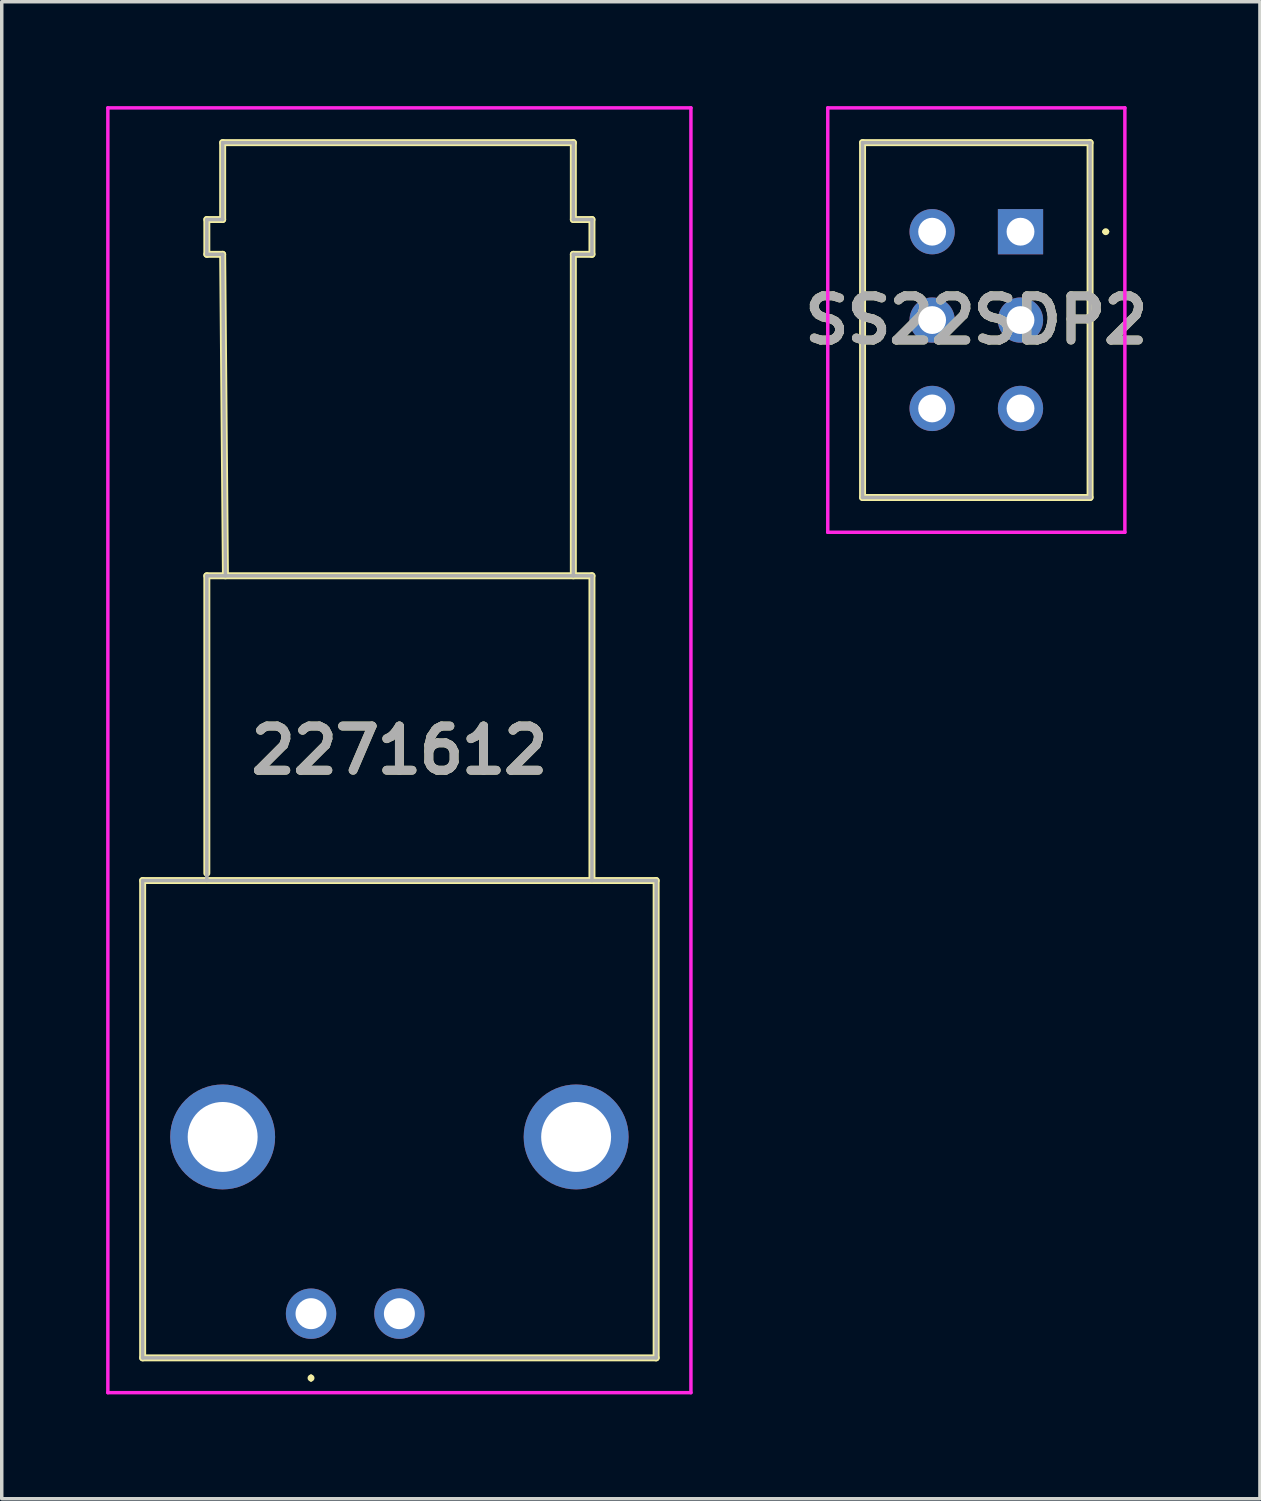
<source format=kicad_pcb>
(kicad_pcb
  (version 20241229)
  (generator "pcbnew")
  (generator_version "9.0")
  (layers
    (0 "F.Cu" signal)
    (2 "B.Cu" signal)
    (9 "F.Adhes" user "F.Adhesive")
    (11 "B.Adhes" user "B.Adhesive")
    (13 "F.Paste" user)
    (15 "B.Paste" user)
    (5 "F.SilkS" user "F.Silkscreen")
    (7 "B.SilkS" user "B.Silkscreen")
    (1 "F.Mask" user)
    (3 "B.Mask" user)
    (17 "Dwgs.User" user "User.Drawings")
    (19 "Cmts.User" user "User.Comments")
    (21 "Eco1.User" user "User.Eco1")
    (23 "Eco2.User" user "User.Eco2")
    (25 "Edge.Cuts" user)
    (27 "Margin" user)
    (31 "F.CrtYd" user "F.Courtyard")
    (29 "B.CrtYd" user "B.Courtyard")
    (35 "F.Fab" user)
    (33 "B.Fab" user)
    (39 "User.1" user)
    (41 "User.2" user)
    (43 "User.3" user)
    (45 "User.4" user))
  (footprint "2271612"
    (layer "F.Cu")
    (at 5.89 34.71)
    (property "Reference" "2271612" (at 2.54 -16.195 0) (layer "F.SilkS") (effects (font (size 1.27 1.27) (thickness 0.254))))
    (attr through_hole)
    (fp_line (start -4.84 -12.45) (end 9.92 -12.45) (stroke (width 0.2) (type solid)) (layer "F.SilkS"))
    (fp_line (start -4.84 1.27) (end -4.84 -12.45) (stroke (width 0.2) (type solid)) (layer "F.SilkS"))
    (fp_line (start -2.995 -31.45) (end -2.54 -31.45) (stroke (width 0.2) (type solid)) (layer "F.SilkS"))
    (fp_line (start -2.995 -30.45) (end -2.995 -31.45) (stroke (width 0.2) (type solid)) (layer "F.SilkS"))
    (fp_line (start -2.995 -21.21) (end 8.075 -21.21) (stroke (width 0.2) (type solid)) (layer "F.SilkS"))
    (fp_line (start -2.995 -12.66) (end -2.995 -21.21) (stroke (width 0.2) (type solid)) (layer "F.SilkS"))
    (fp_line (start -2.54 -33.66) (end 7.54 -33.66) (stroke (width 0.2) (type solid)) (layer "F.SilkS"))
    (fp_line (start -2.54 -31.45) (end -2.54 -33.66) (stroke (width 0.2) (type solid)) (layer "F.SilkS"))
    (fp_line (start -2.54 -30.45) (end -2.995 -30.45) (stroke (width 0.2) (type solid)) (layer "F.SilkS"))
    (fp_line (start -2.46 -21.21) (end -2.54 -30.45) (stroke (width 0.2) (type solid)) (layer "F.SilkS"))
    (fp_line (start 0 1.8) (end 0 1.8) (stroke (width 0.1) (type solid)) (layer "F.SilkS"))
    (fp_line (start 0 1.9) (end 0 1.9) (stroke (width 0.1) (type solid)) (layer "F.SilkS"))
    (fp_line (start 7.54 -33.66) (end 7.54 -31.45) (stroke (width 0.2) (type solid)) (layer "F.SilkS"))
    (fp_line (start 7.54 -31.45) (end 8.075 -31.45) (stroke (width 0.2) (type solid)) (layer "F.SilkS"))
    (fp_line (start 7.54 -30.45) (end 7.54 -21.21) (stroke (width 0.2) (type solid)) (layer "F.SilkS"))
    (fp_line (start 8.075 -31.45) (end 8.075 -30.45) (stroke (width 0.2) (type solid)) (layer "F.SilkS"))
    (fp_line (start 8.075 -30.45) (end 7.54 -30.45) (stroke (width 0.2) (type solid)) (layer "F.SilkS"))
    (fp_line (start 8.075 -21.21) (end 8.075 -12.45) (stroke (width 0.2) (type solid)) (layer "F.SilkS"))
    (fp_line (start 9.92 -12.45) (end 9.92 1.27) (stroke (width 0.2) (type solid)) (layer "F.SilkS"))
    (fp_line (start 9.92 1.27) (end -4.84 1.27) (stroke (width 0.2) (type solid)) (layer "F.SilkS"))
    (fp_arc (start 0 1.8) (mid 0.05 1.85) (end 0 1.9) (stroke (width 0.1) (type solid)) (layer "F.SilkS"))
    (fp_arc (start 0 1.9) (mid -0.05 1.85) (end 0 1.8) (stroke (width 0.1) (type solid)) (layer "F.SilkS"))
    (fp_line (start -5.84 -34.66) (end 10.92 -34.66) (stroke (width 0.1) (type solid)) (layer "F.CrtYd"))
    (fp_line (start -5.84 2.27) (end -5.84 -34.66) (stroke (width 0.1) (type solid)) (layer "F.CrtYd"))
    (fp_line (start 10.92 -34.66) (end 10.92 2.27) (stroke (width 0.1) (type solid)) (layer "F.CrtYd"))
    (fp_line (start 10.92 2.27) (end -5.84 2.27) (stroke (width 0.1) (type solid)) (layer "F.CrtYd"))
    (fp_line (start -4.84 -12.45) (end 9.92 -12.45) (stroke (width 0.1) (type solid)) (layer "F.Fab"))
    (fp_line (start -4.84 1.27) (end -4.84 -12.45) (stroke (width 0.1) (type solid)) (layer "F.Fab"))
    (fp_line (start -2.995 -31.45) (end -2.54 -31.45) (stroke (width 0.1) (type solid)) (layer "F.Fab"))
    (fp_line (start -2.995 -30.45) (end -2.995 -31.45) (stroke (width 0.1) (type solid)) (layer "F.Fab"))
    (fp_line (start -2.995 -21.21) (end 8.075 -21.21) (stroke (width 0.1) (type solid)) (layer "F.Fab"))
    (fp_line (start -2.995 -12.45) (end -2.995 -21.21) (stroke (width 0.1) (type solid)) (layer "F.Fab"))
    (fp_line (start -2.54 -33.66) (end 7.54 -33.66) (stroke (width 0.1) (type solid)) (layer "F.Fab"))
    (fp_line (start -2.54 -31.45) (end -2.54 -33.66) (stroke (width 0.1) (type solid)) (layer "F.Fab"))
    (fp_line (start -2.54 -30.45) (end -2.995 -30.45) (stroke (width 0.1) (type solid)) (layer "F.Fab"))
    (fp_line (start -2.46 -21.21) (end -2.54 -30.45) (stroke (width 0.1) (type solid)) (layer "F.Fab"))
    (fp_line (start 7.54 -33.66) (end 7.54 -31.45) (stroke (width 0.1) (type solid)) (layer "F.Fab"))
    (fp_line (start 7.54 -31.45) (end 8.075 -31.45) (stroke (width 0.1) (type solid)) (layer "F.Fab"))
    (fp_line (start 7.54 -30.45) (end 7.54 -21.21) (stroke (width 0.1) (type solid)) (layer "F.Fab"))
    (fp_line (start 8.075 -31.45) (end 8.075 -30.45) (stroke (width 0.1) (type solid)) (layer "F.Fab"))
    (fp_line (start 8.075 -30.45) (end 7.54 -30.45) (stroke (width 0.1) (type solid)) (layer "F.Fab"))
    (fp_line (start 8.075 -21.21) (end 8.075 -12.45) (stroke (width 0.1) (type solid)) (layer "F.Fab"))
    (fp_line (start 9.92 -12.45) (end 9.92 1.27) (stroke (width 0.1) (type solid)) (layer "F.Fab"))
    (fp_line (start 9.92 1.27) (end -4.84 1.27) (stroke (width 0.1) (type solid)) (layer "F.Fab"))
    (fp_text user "${REFERENCE}" (at 2.54 -16.195 0) (layer "F.Fab") (effects (font (size 1.27 1.27) (thickness 0.254))))
    (pad "1" thru_hole circle (at 2.54 0) (size 1.446 1.446) (drill 0.89) (layers "*.Cu" "*.Mask"))
    (pad "2" thru_hole circle (at 0 0) (size 1.446 1.446) (drill 0.89) (layers "*.Cu" "*.Mask"))
    (pad "MH1" thru_hole circle (at -2.54 -5.08) (size 3.015 3.015) (drill 2.01) (layers "*.Cu" "*.Mask"))
    (pad "MH2" thru_hole circle (at 7.62 -5.08) (size 3.015 3.015) (drill 2.01) (layers "*.Cu" "*.Mask")))
  (footprint "SS22SDP2"
    (layer "F.Cu")
    (at 26.283 3.61)
    (property "Reference" "SS22SDP2" (at -1.27 2.54 0) (layer "F.SilkS") (effects (font (size 1.27 1.27) (thickness 0.254))))
    (attr through_hole)
    (fp_line (start -4.54 -2.56) (end 2 -2.56) (stroke (width 0.2) (type solid)) (layer "F.SilkS"))
    (fp_line (start -4.54 7.64) (end -4.54 -2.56) (stroke (width 0.2) (type solid)) (layer "F.SilkS"))
    (fp_line (start 2 -2.56) (end 2 7.64) (stroke (width 0.2) (type solid)) (layer "F.SilkS"))
    (fp_line (start 2 7.64) (end -4.54 7.64) (stroke (width 0.2) (type solid)) (layer "F.SilkS"))
    (fp_line (start 2.4 0) (end 2.4 0) (stroke (width 0.1) (type solid)) (layer "F.SilkS"))
    (fp_line (start 2.5 0) (end 2.5 0) (stroke (width 0.1) (type solid)) (layer "F.SilkS"))
    (fp_arc (start 2.4 0) (mid 2.45 -0.05) (end 2.5 0) (stroke (width 0.1) (type solid)) (layer "F.SilkS"))
    (fp_arc (start 2.5 0) (mid 2.45 0.05) (end 2.4 0) (stroke (width 0.1) (type solid)) (layer "F.SilkS"))
    (fp_line (start -5.54 -3.56) (end 3 -3.56) (stroke (width 0.1) (type solid)) (layer "F.CrtYd"))
    (fp_line (start -5.54 8.64) (end -5.54 -3.56) (stroke (width 0.1) (type solid)) (layer "F.CrtYd"))
    (fp_line (start 3 -3.56) (end 3 8.64) (stroke (width 0.1) (type solid)) (layer "F.CrtYd"))
    (fp_line (start 3 8.64) (end -5.54 8.64) (stroke (width 0.1) (type solid)) (layer "F.CrtYd"))
    (fp_line (start -4.54 -2.56) (end 2 -2.56) (stroke (width 0.1) (type solid)) (layer "F.Fab"))
    (fp_line (start -4.54 7.64) (end -4.54 -2.56) (stroke (width 0.1) (type solid)) (layer "F.Fab"))
    (fp_line (start 2 -2.56) (end 2 7.64) (stroke (width 0.1) (type solid)) (layer "F.Fab"))
    (fp_line (start 2 7.64) (end -4.54 7.64) (stroke (width 0.1) (type solid)) (layer "F.Fab"))
    (fp_text user "${REFERENCE}" (at -1.27 2.54 0) (layer "F.Fab") (effects (font (size 1.27 1.27) (thickness 0.254))))
    (pad "1" thru_hole rect (at 0 0) (size 1.3 1.3) (drill 0.8) (layers "*.Cu" "*.Mask"))
    (pad "2" thru_hole circle (at 0 2.54) (size 1.3 1.3) (drill 0.8) (layers "*.Cu" "*.Mask"))
    (pad "3" thru_hole circle (at 0 5.08) (size 1.3 1.3) (drill 0.8) (layers "*.Cu" "*.Mask"))
    (pad "4" thru_hole circle (at -2.54 0) (size 1.3 1.3) (drill 0.8) (layers "*.Cu" "*.Mask"))
    (pad "5" thru_hole circle (at -2.54 2.54) (size 1.3 1.3) (drill 0.8) (layers "*.Cu" "*.Mask"))
    (pad "6" thru_hole circle (at -2.54 5.08) (size 1.3 1.3) (drill 0.8) (layers "*.Cu" "*.Mask")))
  (gr_rect
    (start -3 -3)
    (end 33.165 40.03)
    (stroke (width 0.1) (type default))
    (fill no)
    (layer "Edge.Cuts")))
</source>
